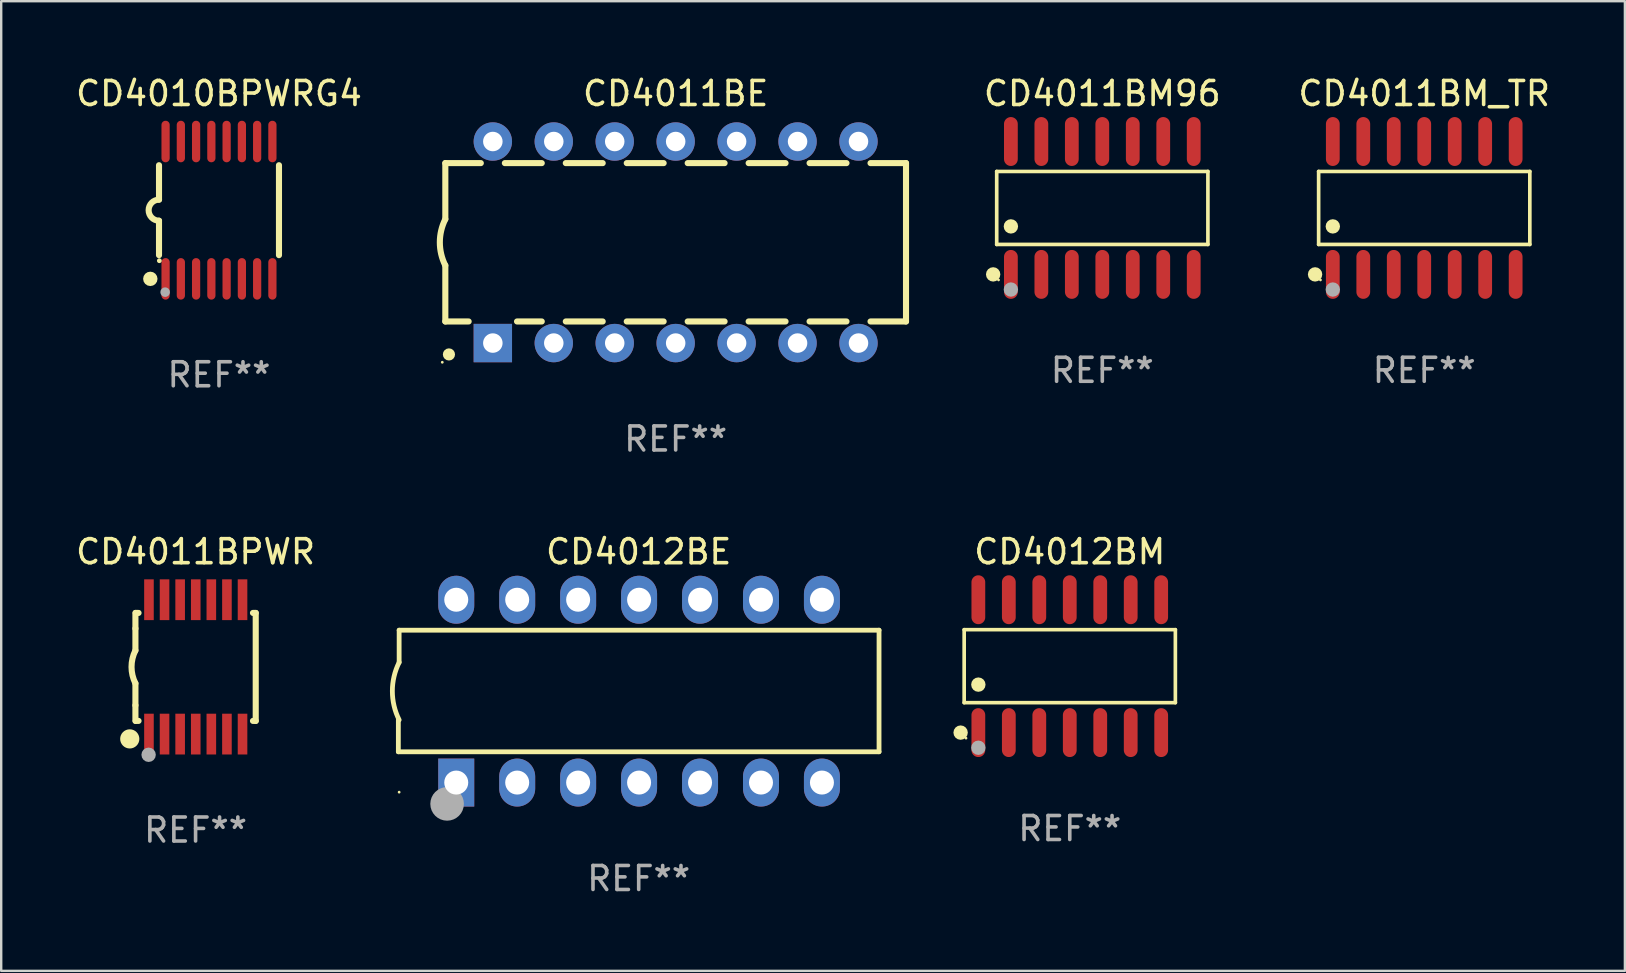
<source format=kicad_pcb>
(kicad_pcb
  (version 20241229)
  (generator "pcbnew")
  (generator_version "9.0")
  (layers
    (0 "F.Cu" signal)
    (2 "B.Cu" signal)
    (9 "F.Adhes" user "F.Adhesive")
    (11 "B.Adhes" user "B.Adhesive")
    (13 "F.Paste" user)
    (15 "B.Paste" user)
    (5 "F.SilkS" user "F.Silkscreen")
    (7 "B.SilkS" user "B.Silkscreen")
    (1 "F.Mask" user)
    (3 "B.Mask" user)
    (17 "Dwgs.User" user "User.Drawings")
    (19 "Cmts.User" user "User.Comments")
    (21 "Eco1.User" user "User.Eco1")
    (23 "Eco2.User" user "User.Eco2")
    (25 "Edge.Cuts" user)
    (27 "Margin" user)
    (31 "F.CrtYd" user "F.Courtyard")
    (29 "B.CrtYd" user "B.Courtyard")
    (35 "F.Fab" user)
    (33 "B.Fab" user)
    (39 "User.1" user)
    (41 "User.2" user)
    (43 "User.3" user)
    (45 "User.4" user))
  (footprint "CD4011BPWR"
    (layer "F.Cu")
    (at 5.101 24.745)
    (property "Reference" "CD4011BPWR" (at 0 -4.8 0) (layer "F.SilkS") (effects (font (size 1 1) (thickness 0.15))))
    (attr through_hole)
    (fp_line (start -2.507 -1.6) (end -2.507 -2.25) (stroke (width 0.254) (type solid)) (layer "F.SilkS"))
    (fp_line (start -2.507 -0.686) (end -2.507 -1.6) (stroke (width 0.254) (type solid)) (layer "F.SilkS"))
    (fp_line (start -2.507 1.6) (end -2.507 0.686) (stroke (width 0.254) (type solid)) (layer "F.SilkS"))
    (fp_line (start -2.507 1.6) (end -2.507 2.25) (stroke (width 0.254) (type solid)) (layer "F.SilkS"))
    (fp_line (start -2.493 -2.25) (end -2.377 -2.25) (stroke (width 0.254) (type solid)) (layer "F.SilkS"))
    (fp_line (start -2.377 2.25) (end -2.493 2.25) (stroke (width 0.254) (type solid)) (layer "F.SilkS"))
    (fp_line (start 2.392 -2.25) (end 2.507 -2.25) (stroke (width 0.254) (type solid)) (layer "F.SilkS"))
    (fp_line (start 2.507 -2.25) (end 2.507 2.25) (stroke (width 0.254) (type solid)) (layer "F.SilkS"))
    (fp_line (start 2.507 2.25) (end 2.392 2.25) (stroke (width 0.254) (type solid)) (layer "F.SilkS"))
    (fp_arc (start -2.507303 0.685802) (mid -2.669199 0) (end -2.507303 -0.685801) (stroke (width 0.254001) (type solid)) (layer "F.SilkS"))
    (fp_circle (center -2.743 3) (end -2.543 3) (stroke (width 0.4) (type solid)) (fill no) (layer "F.SilkS"))
    (fp_circle (center -2.493 3.2) (end -2.463 3.2) (stroke (width 0.06) (type solid)) (fill no) (layer "F.SilkS"))
    (fp_circle (center -1.957 3.662) (end -1.807 3.662) (stroke (width 0.3) (type solid)) (fill no) (layer "F.Fab"))
    (fp_text user "REF**" (at 0 6.8 0) (layer "F.Fab") (effects (font (size 1 1) (thickness 0.15))))
    (pad "1" smd rect (at -1.943 2.8) (size 0.4 1.7) (layers "F.Cu" "F.Mask" "F.Paste"))
    (pad "2" smd rect (at -1.293 2.8) (size 0.4 1.7) (layers "F.Cu" "F.Mask" "F.Paste"))
    (pad "3" smd rect (at -0.643 2.8) (size 0.4 1.7) (layers "F.Cu" "F.Mask" "F.Paste"))
    (pad "4" smd rect (at 0.007 2.8) (size 0.4 1.7) (layers "F.Cu" "F.Mask" "F.Paste"))
    (pad "5" smd rect (at 0.657 2.8) (size 0.4 1.7) (layers "F.Cu" "F.Mask" "F.Paste"))
    (pad "6" smd rect (at 1.307 2.8) (size 0.4 1.7) (layers "F.Cu" "F.Mask" "F.Paste"))
    (pad "7" smd rect (at 1.957 2.8) (size 0.4 1.7) (layers "F.Cu" "F.Mask" "F.Paste"))
    (pad "8" smd rect (at 1.957 -2.8) (size 0.4 1.7) (layers "F.Cu" "F.Mask" "F.Paste"))
    (pad "9" smd rect (at 1.307 -2.8) (size 0.4 1.7) (layers "F.Cu" "F.Mask" "F.Paste"))
    (pad "10" smd rect (at 0.657 -2.8) (size 0.4 1.7) (layers "F.Cu" "F.Mask" "F.Paste"))
    (pad "11" smd rect (at 0.007 -2.8) (size 0.4 1.7) (layers "F.Cu" "F.Mask" "F.Paste"))
    (pad "12" smd rect (at -0.643 -2.8) (size 0.4 1.7) (layers "F.Cu" "F.Mask" "F.Paste"))
    (pad "13" smd rect (at -1.293 -2.8) (size 0.4 1.7) (layers "F.Cu" "F.Mask" "F.Paste"))
    (pad "14" smd rect (at -1.943 -2.8) (size 0.4 1.7) (layers "F.Cu" "F.Mask" "F.Paste")))
  (footprint "CD4010BPWRG4"
    (layer "F.Cu")
    (at 6.077 5.71)
    (property "Reference" "CD4010BPWRG4" (at 0 -4.862 0) (layer "F.SilkS") (effects (font (size 1 1) (thickness 0.15))))
    (attr through_hole)
    (fp_line (start -2.5 -1.874) (end -2.5 -0.439) (stroke (width 0.254) (type solid)) (layer "F.SilkS"))
    (fp_line (start -2.5 1.874) (end -2.5 0.439) (stroke (width 0.254) (type solid)) (layer "F.SilkS"))
    (fp_line (start 2.5 -1.874) (end 2.5 1.874) (stroke (width 0.254) (type solid)) (layer "F.SilkS"))
    (fp_arc (start -2.5 0.438989) (mid -2.938633 -0.000597) (end -2.499365 -0.439547) (stroke (width 0.254001) (type solid)) (layer "F.SilkS"))
    (fp_circle (center -2.862 2.862) (end -2.712 2.862) (stroke (width 0.3) (type solid)) (fill no) (layer "F.SilkS"))
    (fp_circle (center -2.486 2.106) (end -2.436 2.106) (stroke (width 0.1) (type solid)) (fill no) (layer "F.SilkS"))
    (fp_circle (center -2.244 3.416) (end -2.144 3.416) (stroke (width 0.2) (type solid)) (fill no) (layer "F.Fab"))
    (fp_text user "REF**" (at 0 6.862 0) (layer "F.Fab") (effects (font (size 1 1) (thickness 0.15))))
    (pad "1" smd oval (at -2.226 2.862) (size 0.343 1.731) (layers "F.Cu" "F.Mask" "F.Paste"))
    (pad "2" smd oval (at -1.59 2.862) (size 0.343 1.731) (layers "F.Cu" "F.Mask" "F.Paste"))
    (pad "3" smd oval (at -0.954 2.862) (size 0.343 1.731) (layers "F.Cu" "F.Mask" "F.Paste"))
    (pad "4" smd oval (at -0.318 2.862) (size 0.343 1.731) (layers "F.Cu" "F.Mask" "F.Paste"))
    (pad "5" smd oval (at 0.318 2.862) (size 0.343 1.731) (layers "F.Cu" "F.Mask" "F.Paste"))
    (pad "6" smd oval (at 0.954 2.862) (size 0.343 1.731) (layers "F.Cu" "F.Mask" "F.Paste"))
    (pad "7" smd oval (at 1.59 2.862) (size 0.343 1.731) (layers "F.Cu" "F.Mask" "F.Paste"))
    (pad "8" smd oval (at 2.226 2.862) (size 0.343 1.731) (layers "F.Cu" "F.Mask" "F.Paste"))
    (pad "9" smd oval (at 2.226 -2.862) (size 0.343 1.731) (layers "F.Cu" "F.Mask" "F.Paste"))
    (pad "10" smd oval (at 1.59 -2.862) (size 0.343 1.731) (layers "F.Cu" "F.Mask" "F.Paste"))
    (pad "11" smd oval (at 0.954 -2.862) (size 0.343 1.731) (layers "F.Cu" "F.Mask" "F.Paste"))
    (pad "12" smd oval (at 0.318 -2.862) (size 0.343 1.731) (layers "F.Cu" "F.Mask" "F.Paste"))
    (pad "13" smd oval (at -0.318 -2.862) (size 0.343 1.731) (layers "F.Cu" "F.Mask" "F.Paste"))
    (pad "14" smd oval (at -0.954 -2.862) (size 0.343 1.731) (layers "F.Cu" "F.Mask" "F.Paste"))
    (pad "15" smd oval (at -1.59 -2.862) (size 0.343 1.731) (layers "F.Cu" "F.Mask" "F.Paste"))
    (pad "16" smd oval (at -2.226 -2.862) (size 0.343 1.731) (layers "F.Cu" "F.Mask" "F.Paste")))
  (footprint "CD4012BE"
    (layer "F.Cu")
    (at 23.569 25.755)
    (property "Reference" "CD4012BE" (at 0 -5.81 0) (layer "F.SilkS") (effects (font (size 1 1) (thickness 0.15))))
    (attr through_hole)
    (fp_line (start -10.017 2.527) (end -10.017 1.199) (stroke (width 0.2) (type solid)) (layer "F.SilkS"))
    (fp_line (start -9.984 -2.54) (end 10.017 -2.54) (stroke (width 0.2) (type solid)) (layer "F.SilkS"))
    (fp_line (start -9.984 -1.2) (end -9.984 -2.54) (stroke (width 0.2) (type solid)) (layer "F.SilkS"))
    (fp_line (start 10.017 -2.54) (end 10.017 2.527) (stroke (width 0.2) (type solid)) (layer "F.SilkS"))
    (fp_line (start 10.017 2.527) (end -10.017 2.527) (stroke (width 0.2) (type solid)) (layer "F.SilkS"))
    (fp_arc (start -9.983503 1.198882) (mid -10.266661 -0.000556) (end -9.983528 -1.2) (stroke (width 0.2) (type solid)) (layer "F.SilkS"))
    (fp_circle (center -9.984 4.21) (end -9.954 4.21) (stroke (width 0.06) (type solid)) (fill no) (layer "F.SilkS"))
    (fp_circle (center -7.985 4.699) (end -7.635 4.699) (stroke (width 0.7) (type solid)) (fill no) (layer "F.Fab"))
    (fp_text user "REF**" (at 0 7.81 0) (layer "F.Fab") (effects (font (size 1 1) (thickness 0.15))))
    (pad "1" thru_hole rect (at -7.604 3.81 90) (size 2 1.5) (drill 1) (layers "*.Cu" "*.Mask"))
    (pad "2" thru_hole oval (at -5.064 3.81 90) (size 2 1.5) (drill 1) (layers "*.Cu" "*.Mask"))
    (pad "3" thru_hole oval (at -2.524 3.81 90) (size 2 1.5) (drill 1) (layers "*.Cu" "*.Mask"))
    (pad "4" thru_hole oval (at 0.016 3.81 90) (size 2 1.5) (drill 1) (layers "*.Cu" "*.Mask"))
    (pad "5" thru_hole oval (at 2.557 3.81 90) (size 2 1.5) (drill 1) (layers "*.Cu" "*.Mask"))
    (pad "6" thru_hole oval (at 5.097 3.81 90) (size 2 1.5) (drill 1) (layers "*.Cu" "*.Mask"))
    (pad "7" thru_hole oval (at 7.637 3.81 90) (size 2 1.5) (drill 1) (layers "*.Cu" "*.Mask"))
    (pad "8" thru_hole oval (at 7.637 -3.81 90) (size 2 1.5) (drill 1) (layers "*.Cu" "*.Mask"))
    (pad "9" thru_hole oval (at 5.097 -3.81 90) (size 2 1.5) (drill 1) (layers "*.Cu" "*.Mask"))
    (pad "10" thru_hole oval (at 2.557 -3.81 90) (size 2 1.5) (drill 1) (layers "*.Cu" "*.Mask"))
    (pad "11" thru_hole oval (at 0.016 -3.81 90) (size 2 1.5) (drill 1) (layers "*.Cu" "*.Mask"))
    (pad "12" thru_hole oval (at -2.524 -3.81 90) (size 2 1.5) (drill 1) (layers "*.Cu" "*.Mask"))
    (pad "13" thru_hole oval (at -5.064 -3.81 90) (size 2 1.5) (drill 1) (layers "*.Cu" "*.Mask"))
    (pad "14" thru_hole oval (at -7.604 -3.81 90) (size 2 1.5) (drill 1) (layers "*.Cu" "*.Mask")))
  (footprint "CD4011BE"
    (layer "F.Cu")
    (at 25.11 7.048)
    (property "Reference" "CD4011BE" (at 0 -6.2 0) (layer "F.SilkS") (effects (font (size 1 1) (thickness 0.15))))
    (attr through_hole)
    (fp_line (start -9.6 -3.3) (end -9.6 -0.965) (stroke (width 0.254) (type solid)) (layer "F.SilkS"))
    (fp_line (start -9.6 -3.3) (end -8.121 -3.3) (stroke (width 0.254) (type solid)) (layer "F.SilkS"))
    (fp_line (start -9.6 3.3) (end -9.6 0.965) (stroke (width 0.254) (type solid)) (layer "F.SilkS"))
    (fp_line (start -9.6 3.3) (end -8.628 3.3) (stroke (width 0.254) (type solid)) (layer "F.SilkS"))
    (fp_line (start -7.119 -3.3) (end -5.581 -3.3) (stroke (width 0.254) (type solid)) (layer "F.SilkS"))
    (fp_line (start -6.612 3.3) (end -5.581 3.3) (stroke (width 0.254) (type solid)) (layer "F.SilkS"))
    (fp_line (start -4.579 -3.3) (end -3.041 -3.3) (stroke (width 0.254) (type solid)) (layer "F.SilkS"))
    (fp_line (start -4.579 3.3) (end -3.041 3.3) (stroke (width 0.254) (type solid)) (layer "F.SilkS"))
    (fp_line (start -2.039 -3.3) (end -0.501 -3.3) (stroke (width 0.254) (type solid)) (layer "F.SilkS"))
    (fp_line (start -2.039 3.3) (end -0.501 3.3) (stroke (width 0.254) (type solid)) (layer "F.SilkS"))
    (fp_line (start 0.501 -3.3) (end 2.039 -3.3) (stroke (width 0.254) (type solid)) (layer "F.SilkS"))
    (fp_line (start 0.501 3.3) (end 2.039 3.3) (stroke (width 0.254) (type solid)) (layer "F.SilkS"))
    (fp_line (start 3.041 -3.3) (end 4.579 -3.3) (stroke (width 0.254) (type solid)) (layer "F.SilkS"))
    (fp_line (start 3.041 3.3) (end 4.579 3.3) (stroke (width 0.254) (type solid)) (layer "F.SilkS"))
    (fp_line (start 5.581 -3.3) (end 7.119 -3.3) (stroke (width 0.254) (type solid)) (layer "F.SilkS"))
    (fp_line (start 5.581 3.3) (end 7.119 3.3) (stroke (width 0.254) (type solid)) (layer "F.SilkS"))
    (fp_line (start 8.121 -3.3) (end 9.6 -3.3) (stroke (width 0.254) (type solid)) (layer "F.SilkS"))
    (fp_line (start 8.121 3.3) (end 9.6 3.3) (stroke (width 0.254) (type solid)) (layer "F.SilkS"))
    (fp_line (start 9.6 -3.3) (end 9.6 3.3) (stroke (width 0.254) (type solid)) (layer "F.SilkS"))
    (fp_arc (start -9.601219 0.965202) (mid -9.828641 -0.00004) (end -9.600025 -0.964999) (stroke (width 0.254001) (type solid)) (layer "F.SilkS"))
    (fp_circle (center -9.727 5) (end -9.697 5) (stroke (width 0.06) (type solid)) (fill no) (layer "F.SilkS"))
    (fp_circle (center -9.449 4.674) (end -9.322 4.674) (stroke (width 0.254) (type solid)) (fill no) (layer "F.SilkS"))
    (fp_text user "REF**" (at 0 8.2 0) (layer "F.Fab") (effects (font (size 1 1) (thickness 0.15))))
    (pad "1" thru_hole rect (at -7.62 4.2) (size 1.6 1.6) (drill 0.813) (layers "*.Cu" "*.Mask"))
    (pad "2" thru_hole circle (at -5.08 4.2) (size 1.6 1.6) (drill 0.813) (layers "*.Cu" "*.Mask"))
    (pad "3" thru_hole circle (at -2.54 4.2) (size 1.6 1.6) (drill 0.813) (layers "*.Cu" "*.Mask"))
    (pad "4" thru_hole circle (at 0 4.2) (size 1.6 1.6) (drill 0.813) (layers "*.Cu" "*.Mask"))
    (pad "5" thru_hole circle (at 2.54 4.2) (size 1.6 1.6) (drill 0.813) (layers "*.Cu" "*.Mask"))
    (pad "6" thru_hole circle (at 5.08 4.2) (size 1.6 1.6) (drill 0.813) (layers "*.Cu" "*.Mask"))
    (pad "7" thru_hole circle (at 7.62 4.2) (size 1.6 1.6) (drill 0.813) (layers "*.Cu" "*.Mask"))
    (pad "8" thru_hole circle (at 7.62 -4.2) (size 1.6 1.6) (drill 0.813) (layers "*.Cu" "*.Mask"))
    (pad "9" thru_hole circle (at 5.08 -4.2) (size 1.6 1.6) (drill 0.813) (layers "*.Cu" "*.Mask"))
    (pad "10" thru_hole circle (at 2.54 -4.2) (size 1.6 1.6) (drill 0.813) (layers "*.Cu" "*.Mask"))
    (pad "11" thru_hole circle (at 0 -4.2) (size 1.6 1.6) (drill 0.813) (layers "*.Cu" "*.Mask"))
    (pad "12" thru_hole circle (at -2.54 -4.2) (size 1.6 1.6) (drill 0.813) (layers "*.Cu" "*.Mask"))
    (pad "13" thru_hole circle (at -5.08 -4.2) (size 1.6 1.6) (drill 0.813) (layers "*.Cu" "*.Mask"))
    (pad "14" thru_hole circle (at -7.62 -4.2) (size 1.6 1.6) (drill 0.813) (layers "*.Cu" "*.Mask")))
  (footprint "CD4011BM96"
    (layer "F.Cu")
    (at 42.891 5.617)
    (property "Reference" "CD4011BM96" (at 0 -4.769 0) (layer "F.SilkS") (effects (font (size 1 1) (thickness 0.15))))
    (attr through_hole)
    (fp_line (start -4.401 -1.521) (end 4.401 -1.521) (stroke (width 0.152) (type solid)) (layer "F.SilkS"))
    (fp_line (start -4.401 1.521) (end -4.401 -1.521) (stroke (width 0.152) (type solid)) (layer "F.SilkS"))
    (fp_line (start 4.401 -1.521) (end 4.401 1.521) (stroke (width 0.152) (type solid)) (layer "F.SilkS"))
    (fp_line (start 4.401 1.521) (end -4.401 1.521) (stroke (width 0.152) (type solid)) (layer "F.SilkS"))
    (fp_circle (center -4.549 2.769) (end -4.399 2.769) (stroke (width 0.3) (type solid)) (fill no) (layer "F.SilkS"))
    (fp_circle (center -4.325 3) (end -4.295 3) (stroke (width 0.06) (type solid)) (fill no) (layer "F.SilkS"))
    (fp_circle (center -3.81 0.769) (end -3.66 0.769) (stroke (width 0.3) (type solid)) (fill no) (layer "F.SilkS"))
    (fp_circle (center -3.81 3.4) (end -3.66 3.4) (stroke (width 0.3) (type solid)) (fill no) (layer "F.Fab"))
    (fp_text user "REF**" (at 0 6.769 0) (layer "F.Fab") (effects (font (size 1 1) (thickness 0.15))))
    (pad "1" smd oval (at -3.81 2.769) (size 0.574 2.038) (layers "F.Cu" "F.Mask" "F.Paste"))
    (pad "2" smd oval (at -2.54 2.769) (size 0.574 2.038) (layers "F.Cu" "F.Mask" "F.Paste"))
    (pad "3" smd oval (at -1.27 2.769) (size 0.574 2.038) (layers "F.Cu" "F.Mask" "F.Paste"))
    (pad "4" smd oval (at 0 2.769) (size 0.574 2.038) (layers "F.Cu" "F.Mask" "F.Paste"))
    (pad "5" smd oval (at 1.27 2.769) (size 0.574 2.038) (layers "F.Cu" "F.Mask" "F.Paste"))
    (pad "6" smd oval (at 2.54 2.769) (size 0.574 2.038) (layers "F.Cu" "F.Mask" "F.Paste"))
    (pad "7" smd oval (at 3.81 2.769) (size 0.574 2.038) (layers "F.Cu" "F.Mask" "F.Paste"))
    (pad "8" smd oval (at 3.81 -2.769) (size 0.574 2.038) (layers "F.Cu" "F.Mask" "F.Paste"))
    (pad "9" smd oval (at 2.54 -2.769) (size 0.574 2.038) (layers "F.Cu" "F.Mask" "F.Paste"))
    (pad "10" smd oval (at 1.27 -2.769) (size 0.574 2.038) (layers "F.Cu" "F.Mask" "F.Paste"))
    (pad "11" smd oval (at 0 -2.769) (size 0.574 2.038) (layers "F.Cu" "F.Mask" "F.Paste"))
    (pad "12" smd oval (at -1.27 -2.769) (size 0.574 2.038) (layers "F.Cu" "F.Mask" "F.Paste"))
    (pad "13" smd oval (at -2.54 -2.769) (size 0.574 2.038) (layers "F.Cu" "F.Mask" "F.Paste"))
    (pad "14" smd oval (at -3.81 -2.769) (size 0.574 2.038) (layers "F.Cu" "F.Mask" "F.Paste")))
  (footprint "CD4011BM_TR"
    (layer "F.Cu")
    (at 56.308 5.617)
    (property "Reference" "CD4011BM_TR" (at 0 -4.769 0) (layer "F.SilkS") (effects (font (size 1 1) (thickness 0.15))))
    (attr through_hole)
    (fp_line (start -4.401 -1.521) (end 4.401 -1.521) (stroke (width 0.152) (type solid)) (layer "F.SilkS"))
    (fp_line (start -4.401 1.521) (end -4.401 -1.521) (stroke (width 0.152) (type solid)) (layer "F.SilkS"))
    (fp_line (start 4.401 -1.521) (end 4.401 1.521) (stroke (width 0.152) (type solid)) (layer "F.SilkS"))
    (fp_line (start 4.401 1.521) (end -4.401 1.521) (stroke (width 0.152) (type solid)) (layer "F.SilkS"))
    (fp_circle (center -4.549 2.769) (end -4.399 2.769) (stroke (width 0.3) (type solid)) (fill no) (layer "F.SilkS"))
    (fp_circle (center -4.325 3) (end -4.295 3) (stroke (width 0.06) (type solid)) (fill no) (layer "F.SilkS"))
    (fp_circle (center -3.81 0.769) (end -3.66 0.769) (stroke (width 0.3) (type solid)) (fill no) (layer "F.SilkS"))
    (fp_circle (center -3.81 3.4) (end -3.66 3.4) (stroke (width 0.3) (type solid)) (fill no) (layer "F.Fab"))
    (fp_text user "REF**" (at 0 6.769 0) (layer "F.Fab") (effects (font (size 1 1) (thickness 0.15))))
    (pad "1" smd oval (at -3.81 2.769) (size 0.574 2.038) (layers "F.Cu" "F.Mask" "F.Paste"))
    (pad "2" smd oval (at -2.54 2.769) (size 0.574 2.038) (layers "F.Cu" "F.Mask" "F.Paste"))
    (pad "3" smd oval (at -1.27 2.769) (size 0.574 2.038) (layers "F.Cu" "F.Mask" "F.Paste"))
    (pad "4" smd oval (at 0 2.769) (size 0.574 2.038) (layers "F.Cu" "F.Mask" "F.Paste"))
    (pad "5" smd oval (at 1.27 2.769) (size 0.574 2.038) (layers "F.Cu" "F.Mask" "F.Paste"))
    (pad "6" smd oval (at 2.54 2.769) (size 0.574 2.038) (layers "F.Cu" "F.Mask" "F.Paste"))
    (pad "7" smd oval (at 3.81 2.769) (size 0.574 2.038) (layers "F.Cu" "F.Mask" "F.Paste"))
    (pad "8" smd oval (at 3.81 -2.769) (size 0.574 2.038) (layers "F.Cu" "F.Mask" "F.Paste"))
    (pad "9" smd oval (at 2.54 -2.769) (size 0.574 2.038) (layers "F.Cu" "F.Mask" "F.Paste"))
    (pad "10" smd oval (at 1.27 -2.769) (size 0.574 2.038) (layers "F.Cu" "F.Mask" "F.Paste"))
    (pad "11" smd oval (at 0 -2.769) (size 0.574 2.038) (layers "F.Cu" "F.Mask" "F.Paste"))
    (pad "12" smd oval (at -1.27 -2.769) (size 0.574 2.038) (layers "F.Cu" "F.Mask" "F.Paste"))
    (pad "13" smd oval (at -2.54 -2.769) (size 0.574 2.038) (layers "F.Cu" "F.Mask" "F.Paste"))
    (pad "14" smd oval (at -3.81 -2.769) (size 0.574 2.038) (layers "F.Cu" "F.Mask" "F.Paste")))
  (footprint "CD4012BM"
    (layer "F.Cu")
    (at 41.535 24.714)
    (property "Reference" "CD4012BM" (at 0 -4.769 0) (layer "F.SilkS") (effects (font (size 1 1) (thickness 0.15))))
    (attr through_hole)
    (fp_line (start -4.401 -1.521) (end 4.401 -1.521) (stroke (width 0.152) (type solid)) (layer "F.SilkS"))
    (fp_line (start -4.401 1.521) (end -4.401 -1.521) (stroke (width 0.152) (type solid)) (layer "F.SilkS"))
    (fp_line (start 4.401 -1.521) (end 4.401 1.521) (stroke (width 0.152) (type solid)) (layer "F.SilkS"))
    (fp_line (start 4.401 1.521) (end -4.401 1.521) (stroke (width 0.152) (type solid)) (layer "F.SilkS"))
    (fp_circle (center -4.549 2.769) (end -4.399 2.769) (stroke (width 0.3) (type solid)) (fill no) (layer "F.SilkS"))
    (fp_circle (center -4.325 3) (end -4.295 3) (stroke (width 0.06) (type solid)) (fill no) (layer "F.SilkS"))
    (fp_circle (center -3.81 0.769) (end -3.66 0.769) (stroke (width 0.3) (type solid)) (fill no) (layer "F.SilkS"))
    (fp_circle (center -3.81 3.4) (end -3.66 3.4) (stroke (width 0.3) (type solid)) (fill no) (layer "F.Fab"))
    (fp_text user "REF**" (at 0 6.769 0) (layer "F.Fab") (effects (font (size 1 1) (thickness 0.15))))
    (pad "1" smd oval (at -3.81 2.769) (size 0.574 2.038) (layers "F.Cu" "F.Mask" "F.Paste"))
    (pad "2" smd oval (at -2.54 2.769) (size 0.574 2.038) (layers "F.Cu" "F.Mask" "F.Paste"))
    (pad "3" smd oval (at -1.27 2.769) (size 0.574 2.038) (layers "F.Cu" "F.Mask" "F.Paste"))
    (pad "4" smd oval (at 0 2.769) (size 0.574 2.038) (layers "F.Cu" "F.Mask" "F.Paste"))
    (pad "5" smd oval (at 1.27 2.769) (size 0.574 2.038) (layers "F.Cu" "F.Mask" "F.Paste"))
    (pad "6" smd oval (at 2.54 2.769) (size 0.574 2.038) (layers "F.Cu" "F.Mask" "F.Paste"))
    (pad "7" smd oval (at 3.81 2.769) (size 0.574 2.038) (layers "F.Cu" "F.Mask" "F.Paste"))
    (pad "8" smd oval (at 3.81 -2.769) (size 0.574 2.038) (layers "F.Cu" "F.Mask" "F.Paste"))
    (pad "9" smd oval (at 2.54 -2.769) (size 0.574 2.038) (layers "F.Cu" "F.Mask" "F.Paste"))
    (pad "10" smd oval (at 1.27 -2.769) (size 0.574 2.038) (layers "F.Cu" "F.Mask" "F.Paste"))
    (pad "11" smd oval (at 0 -2.769) (size 0.574 2.038) (layers "F.Cu" "F.Mask" "F.Paste"))
    (pad "12" smd oval (at -1.27 -2.769) (size 0.574 2.038) (layers "F.Cu" "F.Mask" "F.Paste"))
    (pad "13" smd oval (at -2.54 -2.769) (size 0.574 2.038) (layers "F.Cu" "F.Mask" "F.Paste"))
    (pad "14" smd oval (at -3.81 -2.769) (size 0.574 2.038) (layers "F.Cu" "F.Mask" "F.Paste")))
  (gr_rect
    (start -3 -3)
    (end 64.671 37.413)
    (stroke (width 0.1) (type default))
    (fill no)
    (layer "Edge.Cuts")))
</source>
